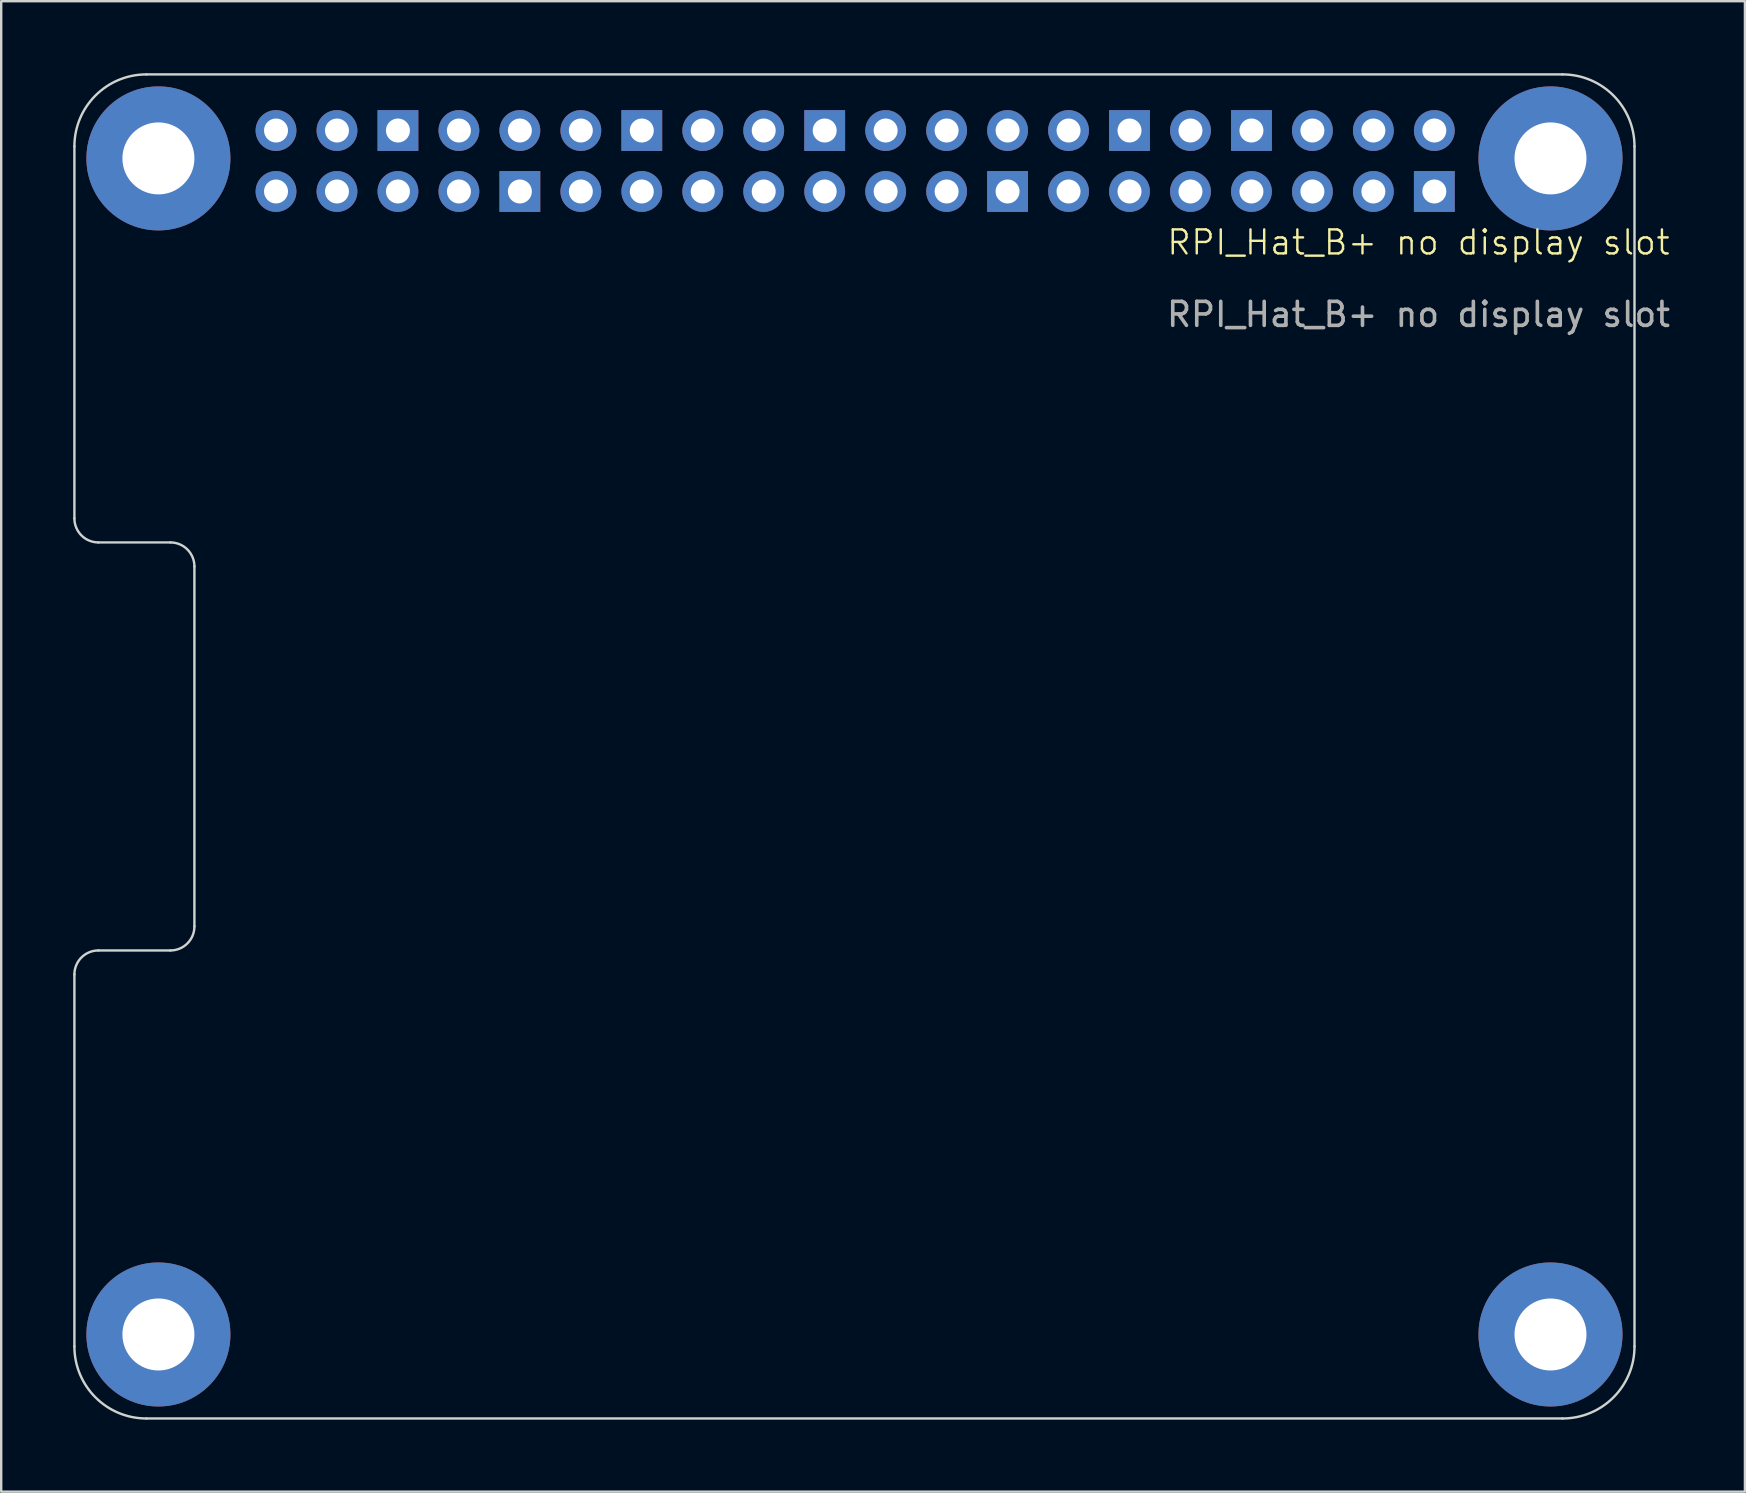
<source format=kicad_pcb>
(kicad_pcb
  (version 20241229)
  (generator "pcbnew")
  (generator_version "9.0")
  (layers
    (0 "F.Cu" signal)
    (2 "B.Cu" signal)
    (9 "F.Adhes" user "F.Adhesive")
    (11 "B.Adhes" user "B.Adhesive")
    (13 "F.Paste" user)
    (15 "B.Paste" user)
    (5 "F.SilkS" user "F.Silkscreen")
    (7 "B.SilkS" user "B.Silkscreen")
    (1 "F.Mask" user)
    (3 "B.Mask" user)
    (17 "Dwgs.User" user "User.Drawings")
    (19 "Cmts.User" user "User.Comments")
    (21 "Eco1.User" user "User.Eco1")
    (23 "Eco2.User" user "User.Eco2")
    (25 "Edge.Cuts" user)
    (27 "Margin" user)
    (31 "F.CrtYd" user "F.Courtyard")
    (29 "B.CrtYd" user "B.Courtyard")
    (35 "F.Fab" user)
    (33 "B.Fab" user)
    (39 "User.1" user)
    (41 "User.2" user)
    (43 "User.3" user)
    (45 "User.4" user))
  (footprint "RPI_Hat_B+ no display slot"
    (layer "F.Cu")
    (at 32.55 3.55)
    (property "Reference" "RPI_Hat_B+ no display slot" (at 23.5 3.5 0) (unlocked yes) (layer "F.SilkS") (effects (font (size 1 1) (thickness 0.1))))
    (attr through_hole)
    (fp_line (start -32.5 -0.5) (end -32.5 15) (stroke (width 0.1) (type solid)) (layer "Edge.Cuts"))
    (fp_line (start -32.5 34) (end -32.5 49.5) (stroke (width 0.1) (type solid)) (layer "Edge.Cuts"))
    (fp_line (start -31.5 16) (end -28.5 16) (stroke (width 0.1) (type solid)) (layer "Edge.Cuts"))
    (fp_line (start -31.5 33) (end -28.5 33) (stroke (width 0.1) (type solid)) (layer "Edge.Cuts"))
    (fp_line (start -29.5 -3.5) (end 29.5 -3.5) (stroke (width 0.1) (type solid)) (layer "Edge.Cuts"))
    (fp_line (start -29.5 52.5) (end 29.5 52.5) (stroke (width 0.1) (type solid)) (layer "Edge.Cuts"))
    (fp_line (start -27.5 17) (end -27.5 32) (stroke (width 0.1) (type solid)) (layer "Edge.Cuts"))
    (fp_line (start 32.5 -0.5) (end 32.5 49.5) (stroke (width 0.1) (type solid)) (layer "Edge.Cuts"))
    (fp_arc (start -32.5 -0.5) (mid -31.62132 -2.62132) (end -29.5 -3.5) (stroke (width 0.1) (type solid)) (layer "Edge.Cuts"))
    (fp_arc (start -32.5 34) (mid -32.207107 33.292893) (end -31.5 33) (stroke (width 0.1) (type solid)) (layer "Edge.Cuts"))
    (fp_arc (start -31.5 16) (mid -32.207107 15.707107) (end -32.5 15) (stroke (width 0.1) (type solid)) (layer "Edge.Cuts"))
    (fp_arc (start -29.5 52.5) (mid -31.62132 51.62132) (end -32.5 49.5) (stroke (width 0.1) (type solid)) (layer "Edge.Cuts"))
    (fp_arc (start -28.5 16) (mid -27.792893 16.292893) (end -27.5 17) (stroke (width 0.1) (type solid)) (layer "Edge.Cuts"))
    (fp_arc (start -27.5 32) (mid -27.792893 32.707107) (end -28.5 33) (stroke (width 0.1) (type solid)) (layer "Edge.Cuts"))
    (fp_arc (start 29.5 -3.5) (mid 31.621321 -2.62132) (end 32.5 -0.5) (stroke (width 0.1) (type solid)) (layer "Edge.Cuts"))
    (fp_arc (start 32.5 49.5) (mid 31.62132 51.62132) (end 29.5 52.5) (stroke (width 0.1) (type solid)) (layer "Edge.Cuts"))
    (fp_text user "${REFERENCE}" (at 23.5 6.5 0) (unlocked yes) (layer "F.Fab") (effects (font (size 1 1) (thickness 0.15))))
    (pad "1" thru_hole circle (at -24.1 1.378 90) (size 1.7 1.7) (drill 1) (layers "*.Cu" "*.Mask"))
    (pad "2" thru_hole oval (at -24.1 -1.162 90) (size 1.7 1.7) (drill 1) (layers "*.Cu" "*.Mask"))
    (pad "3" thru_hole oval (at -21.56 1.378 90) (size 1.7 1.7) (drill 1) (layers "*.Cu" "*.Mask"))
    (pad "4" thru_hole oval (at -21.56 -1.162 90) (size 1.7 1.7) (drill 1) (layers "*.Cu" "*.Mask"))
    (pad "5" thru_hole oval (at -19.02 1.378 90) (size 1.7 1.7) (drill 1) (layers "*.Cu" "*.Mask"))
    (pad "6" thru_hole rect (at -19.02 -1.162 90) (size 1.7 1.7) (drill 1) (layers "*.Cu" "*.Mask"))
    (pad "7" thru_hole oval (at -16.48 1.378 90) (size 1.7 1.7) (drill 1) (layers "*.Cu" "*.Mask"))
    (pad "8" thru_hole oval (at -16.48 -1.162 90) (size 1.7 1.7) (drill 1) (layers "*.Cu" "*.Mask"))
    (pad "9" thru_hole rect (at -13.94 1.378 90) (size 1.7 1.7) (drill 1) (layers "*.Cu" "*.Mask"))
    (pad "10" thru_hole oval (at -13.94 -1.162 90) (size 1.7 1.7) (drill 1) (layers "*.Cu" "*.Mask"))
    (pad "11" thru_hole oval (at -11.4 1.378 90) (size 1.7 1.7) (drill 1) (layers "*.Cu" "*.Mask"))
    (pad "12" thru_hole oval (at -11.4 -1.162 90) (size 1.7 1.7) (drill 1) (layers "*.Cu" "*.Mask"))
    (pad "13" thru_hole oval (at -8.86 1.378 90) (size 1.7 1.7) (drill 1) (layers "*.Cu" "*.Mask"))
    (pad "14" thru_hole rect (at -8.86 -1.162 90) (size 1.7 1.7) (drill 1) (layers "*.Cu" "*.Mask"))
    (pad "15" thru_hole oval (at -6.32 1.378 90) (size 1.7 1.7) (drill 1) (layers "*.Cu" "*.Mask"))
    (pad "16" thru_hole oval (at -6.32 -1.162 90) (size 1.7 1.7) (drill 1) (layers "*.Cu" "*.Mask"))
    (pad "17" thru_hole oval (at -3.78 1.378 90) (size 1.7 1.7) (drill 1) (layers "*.Cu" "*.Mask"))
    (pad "18" thru_hole oval (at -3.78 -1.162 90) (size 1.7 1.7) (drill 1) (layers "*.Cu" "*.Mask"))
    (pad "19" thru_hole oval (at -1.24 1.378 90) (size 1.7 1.7) (drill 1) (layers "*.Cu" "*.Mask"))
    (pad "20" thru_hole rect (at -1.24 -1.162 90) (size 1.7 1.7) (drill 1) (layers "*.Cu" "*.Mask"))
    (pad "21" thru_hole oval (at 1.3 1.378 90) (size 1.7 1.7) (drill 1) (layers "*.Cu" "*.Mask"))
    (pad "22" thru_hole oval (at 1.3 -1.162 90) (size 1.7 1.7) (drill 1) (layers "*.Cu" "*.Mask"))
    (pad "23" thru_hole oval (at 3.84 1.378 90) (size 1.7 1.7) (drill 1) (layers "*.Cu" "*.Mask"))
    (pad "24" thru_hole oval (at 3.84 -1.162 90) (size 1.7 1.7) (drill 1) (layers "*.Cu" "*.Mask"))
    (pad "25" thru_hole rect (at 6.38 1.378 90) (size 1.7 1.7) (drill 1) (layers "*.Cu" "*.Mask"))
    (pad "26" thru_hole oval (at 6.38 -1.162 90) (size 1.7 1.7) (drill 1) (layers "*.Cu" "*.Mask"))
    (pad "27" thru_hole oval (at 8.92 1.378 90) (size 1.7 1.7) (drill 1) (layers "*.Cu" "*.Mask"))
    (pad "28" thru_hole oval (at 8.92 -1.162 90) (size 1.7 1.7) (drill 1) (layers "*.Cu" "*.Mask"))
    (pad "29" thru_hole oval (at 11.46 1.378 90) (size 1.7 1.7) (drill 1) (layers "*.Cu" "*.Mask"))
    (pad "30" thru_hole rect (at 11.46 -1.162 90) (size 1.7 1.7) (drill 1) (layers "*.Cu" "*.Mask"))
    (pad "31" thru_hole oval (at 14 1.378 90) (size 1.7 1.7) (drill 1) (layers "*.Cu" "*.Mask"))
    (pad "32" thru_hole oval (at 14 -1.162 90) (size 1.7 1.7) (drill 1) (layers "*.Cu" "*.Mask"))
    (pad "33" thru_hole oval (at 16.54 1.378 90) (size 1.7 1.7) (drill 1) (layers "*.Cu" "*.Mask"))
    (pad "34" thru_hole rect (at 16.54 -1.162 90) (size 1.7 1.7) (drill 1) (layers "*.Cu" "*.Mask"))
    (pad "35" thru_hole oval (at 19.08 1.378 90) (size 1.7 1.7) (drill 1) (layers "*.Cu" "*.Mask"))
    (pad "36" thru_hole oval (at 19.08 -1.162 90) (size 1.7 1.7) (drill 1) (layers "*.Cu" "*.Mask"))
    (pad "37" thru_hole oval (at 21.62 1.378 90) (size 1.7 1.7) (drill 1) (layers "*.Cu" "*.Mask"))
    (pad "38" thru_hole oval (at 21.62 -1.162 90) (size 1.7 1.7) (drill 1) (layers "*.Cu" "*.Mask"))
    (pad "39" thru_hole rect (at 24.16 1.378 90) (size 1.7 1.7) (drill 1) (layers "*.Cu" "*.Mask"))
    (pad "40" thru_hole oval (at 24.16 -1.162 90) (size 1.7 1.7) (drill 1) (layers "*.Cu" "*.Mask"))
    (pad "MH1" thru_hole circle (at -29 0) (size 6 6) (drill 3) (layers "*.Cu" "*.Mask"))
    (pad "MH2" thru_hole circle (at 29 0) (size 6 6) (drill 3) (layers "*.Cu" "*.Mask"))
    (pad "MH3" thru_hole circle (at 29 49) (size 6 6) (drill 3) (layers "*.Cu" "*.Mask"))
    (pad "MH4" thru_hole circle (at -29 49) (size 6 6) (drill 3) (layers "*.Cu" "*.Mask")))
  (gr_rect
    (start -3 -3)
    (end 69.651 59.1)
    (stroke (width 0.1) (type default))
    (fill no)
    (layer "Edge.Cuts")))
</source>
